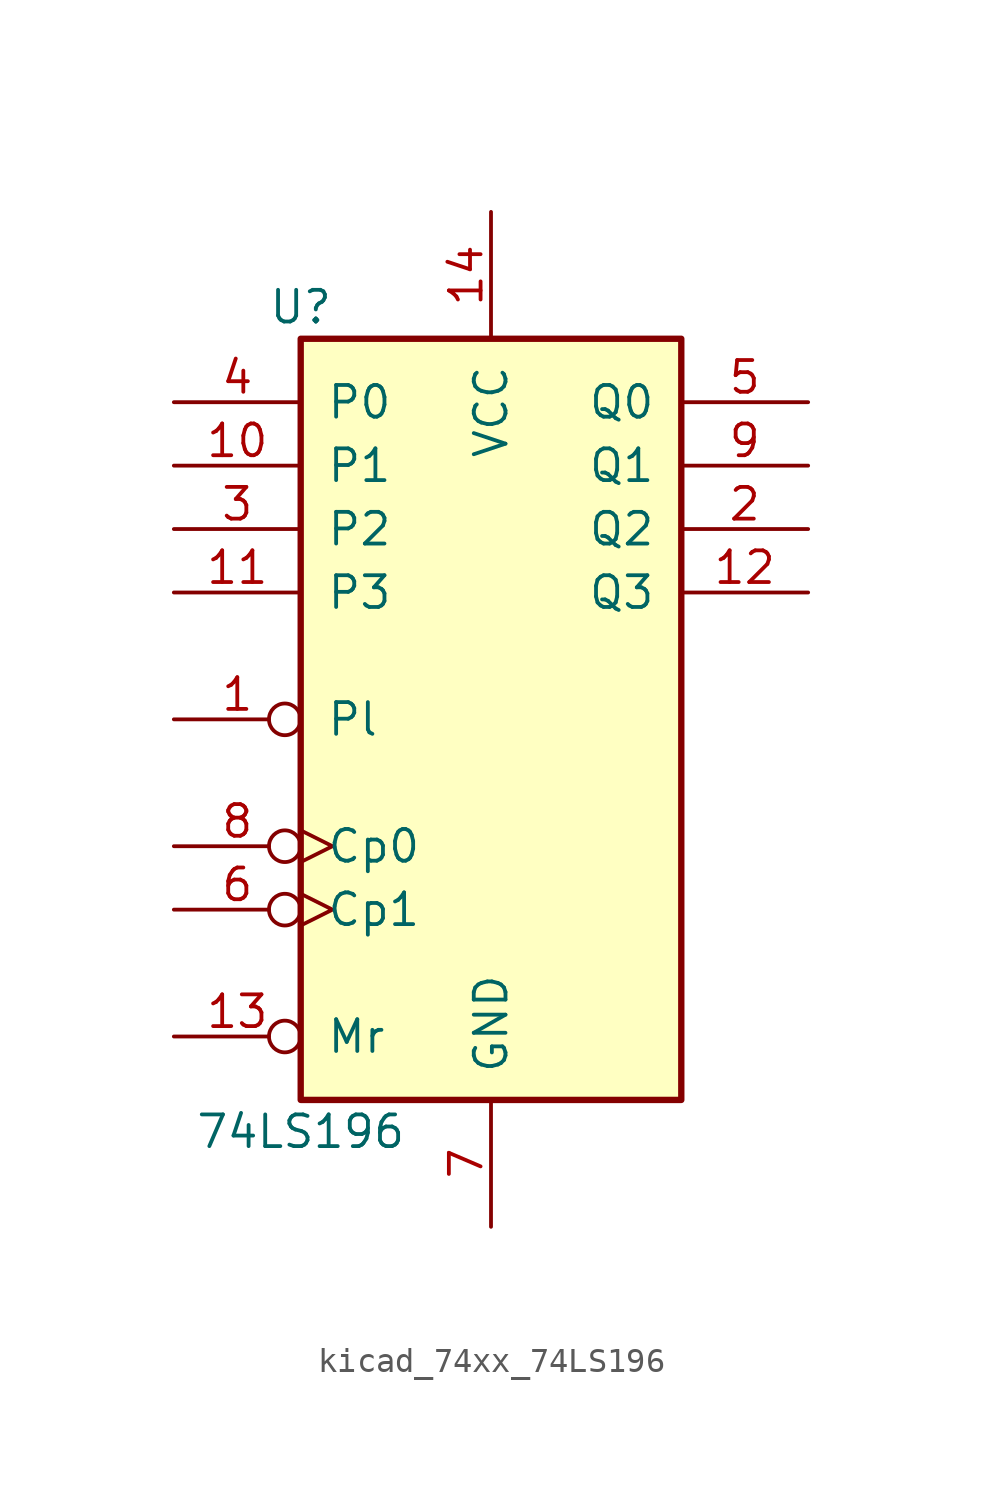
<source format=kicad_sym>
(kicad_symbol_lib
  (version 20220914)
  (generator kicad_symbol_editor)
  (symbol "kicad_74xx_74LS196"
    (pin_names
      (offset 1.016))
    (property "Reference" "U"
      (at -7.62 16.51 0)
      (effects (font (size 1.27 1.27))))
    (property "Value" "74LS196"
      (at -7.62 -16.51 0)
      (effects (font (size 1.27 1.27))))
    (property "ki_locked" ""
      (at 0 0 0)
      (effects (font (size 1.27 1.27))))
    (symbol "kicad_74xx_74LS196_1_0"
      (pin input inverted (at -12.7 0 0) (length 5.08) (name "Pl" (effects (font (size 1.27 1.27)))) (number "1" (effects (font (size 1.27 1.27)))))
      (pin input line (at -12.7 10.16 0) (length 5.08) (name "P1" (effects (font (size 1.27 1.27)))) (number "10" (effects (font (size 1.27 1.27)))))
      (pin input line (at -12.7 5.08 0) (length 5.08) (name "P3" (effects (font (size 1.27 1.27)))) (number "11" (effects (font (size 1.27 1.27)))))
      (pin output line (at 12.7 5.08 180) (length 5.08) (name "Q3" (effects (font (size 1.27 1.27)))) (number "12" (effects (font (size 1.27 1.27)))))
      (pin input inverted (at -12.7 -12.7 0) (length 5.08) (name "Mr" (effects (font (size 1.27 1.27)))) (number "13" (effects (font (size 1.27 1.27)))))
      (pin power_in line (at 0 20.32 270) (length 5.08) (name "VCC" (effects (font (size 1.27 1.27)))) (number "14" (effects (font (size 1.27 1.27)))))
      (pin output line (at 12.7 7.62 180) (length 5.08) (name "Q2" (effects (font (size 1.27 1.27)))) (number "2" (effects (font (size 1.27 1.27)))))
      (pin input line (at -12.7 7.62 0) (length 5.08) (name "P2" (effects (font (size 1.27 1.27)))) (number "3" (effects (font (size 1.27 1.27)))))
      (pin input line (at -12.7 12.7 0) (length 5.08) (name "P0" (effects (font (size 1.27 1.27)))) (number "4" (effects (font (size 1.27 1.27)))))
      (pin output line (at 12.7 12.7 180) (length 5.08) (name "Q0" (effects (font (size 1.27 1.27)))) (number "5" (effects (font (size 1.27 1.27)))))
      (pin input inverted_clock (at -12.7 -7.62 0) (length 5.08) (name "Cp1" (effects (font (size 1.27 1.27)))) (number "6" (effects (font (size 1.27 1.27)))))
      (pin power_in line (at 0 -20.32 90) (length 5.08) (name "GND" (effects (font (size 1.27 1.27)))) (number "7" (effects (font (size 1.27 1.27)))))
      (pin input inverted_clock (at -12.7 -5.08 0) (length 5.08) (name "Cp0" (effects (font (size 1.27 1.27)))) (number "8" (effects (font (size 1.27 1.27)))))
      (pin output line (at 12.7 10.16 180) (length 5.08) (name "Q1" (effects (font (size 1.27 1.27)))) (number "9" (effects (font (size 1.27 1.27))))))
    (symbol "kicad_74xx_74LS196_1_1"
      (rectangle (start -7.62 15.24) (end 7.62 -15.24) (stroke (width 0.254) (type default)) (fill (type background))))))
</source>
